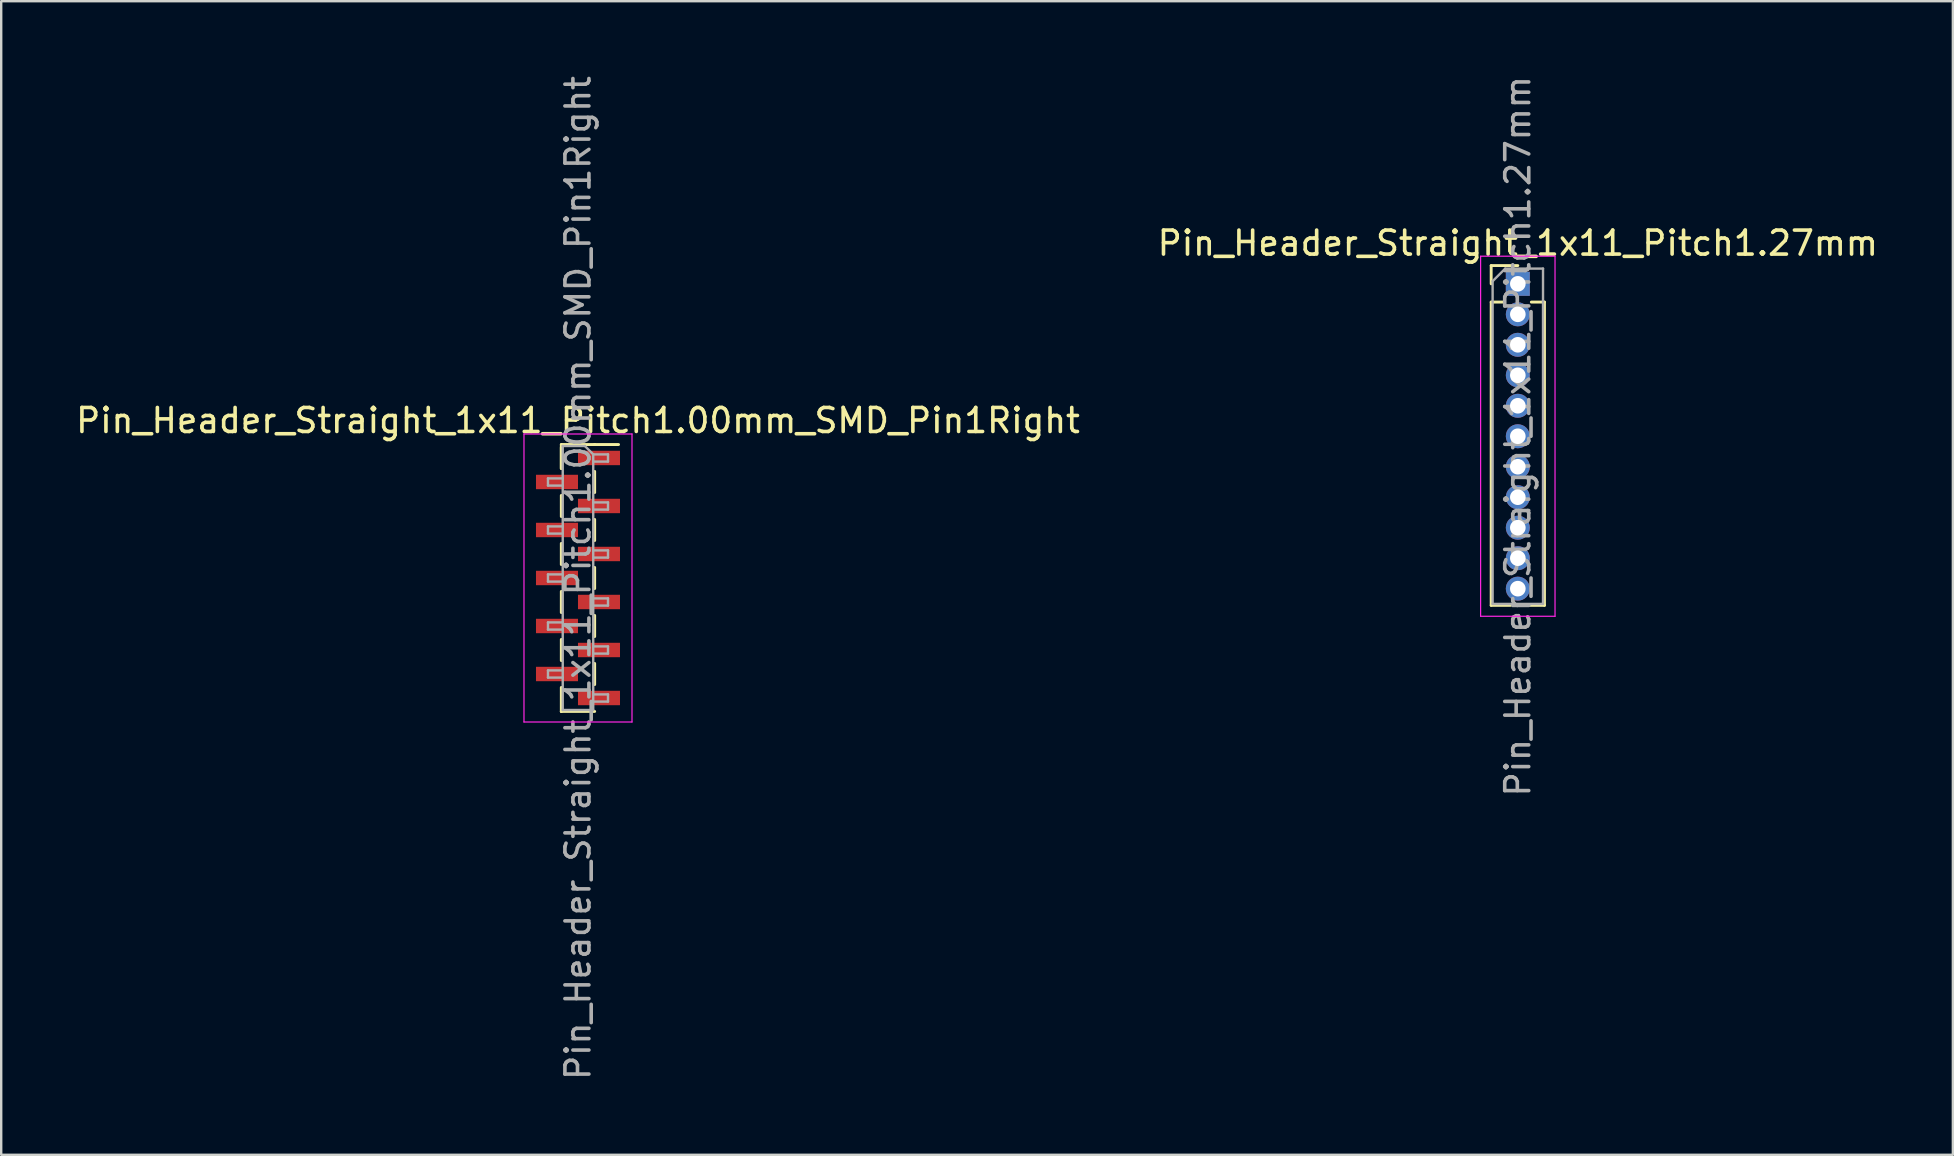
<source format=kicad_pcb>
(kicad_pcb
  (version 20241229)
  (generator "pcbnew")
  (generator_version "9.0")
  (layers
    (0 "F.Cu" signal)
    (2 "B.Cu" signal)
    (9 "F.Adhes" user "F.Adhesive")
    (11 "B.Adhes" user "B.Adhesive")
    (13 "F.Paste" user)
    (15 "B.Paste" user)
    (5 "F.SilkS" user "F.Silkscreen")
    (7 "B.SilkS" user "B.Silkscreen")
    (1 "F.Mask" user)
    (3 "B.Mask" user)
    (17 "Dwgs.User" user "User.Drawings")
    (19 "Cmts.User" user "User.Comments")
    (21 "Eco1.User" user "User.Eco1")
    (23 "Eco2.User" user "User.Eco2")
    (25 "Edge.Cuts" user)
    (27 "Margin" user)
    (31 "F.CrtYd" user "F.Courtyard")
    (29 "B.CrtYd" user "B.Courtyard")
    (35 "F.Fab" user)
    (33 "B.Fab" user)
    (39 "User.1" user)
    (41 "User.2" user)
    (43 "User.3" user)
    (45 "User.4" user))
  (footprint "Pin_Header_Straight_1x11_Pitch1.27mm"
    (layer "F.Cu")
    (at 60.185 8.775)
    (property "Reference" "Pin_Header_Straight_1x11_Pitch1.27mm" (at 0 -1.695 0) (layer "F.SilkS") (effects (font (size 1 1) (thickness 0.15))))
    (attr through_hole)
    (fp_line (start -1.11 -0.76) (end 0 -0.76) (stroke (width 0.12) (type solid)) (layer "F.SilkS"))
    (fp_line (start -1.11 0) (end -1.11 -0.76) (stroke (width 0.12) (type solid)) (layer "F.SilkS"))
    (fp_line (start -1.11 0.76) (end -1.11 13.395) (stroke (width 0.12) (type solid)) (layer "F.SilkS"))
    (fp_line (start -1.11 0.76) (end -0.563 0.76) (stroke (width 0.12) (type solid)) (layer "F.SilkS"))
    (fp_line (start -1.11 13.395) (end -0.308 13.395) (stroke (width 0.12) (type solid)) (layer "F.SilkS"))
    (fp_line (start 0.308 13.395) (end 1.11 13.395) (stroke (width 0.12) (type solid)) (layer "F.SilkS"))
    (fp_line (start 0.563 0.76) (end 1.11 0.76) (stroke (width 0.12) (type solid)) (layer "F.SilkS"))
    (fp_line (start 1.11 0.76) (end 1.11 13.395) (stroke (width 0.12) (type solid)) (layer "F.SilkS"))
    (fp_line (start -1.55 -1.15) (end -1.55 13.85) (stroke (width 0.05) (type solid)) (layer "F.CrtYd"))
    (fp_line (start -1.55 13.85) (end 1.55 13.85) (stroke (width 0.05) (type solid)) (layer "F.CrtYd"))
    (fp_line (start 1.55 -1.15) (end -1.55 -1.15) (stroke (width 0.05) (type solid)) (layer "F.CrtYd"))
    (fp_line (start 1.55 13.85) (end 1.55 -1.15) (stroke (width 0.05) (type solid)) (layer "F.CrtYd"))
    (fp_line (start -1.05 -0.11) (end -0.525 -0.635) (stroke (width 0.1) (type solid)) (layer "F.Fab"))
    (fp_line (start -1.05 13.335) (end -1.05 -0.11) (stroke (width 0.1) (type solid)) (layer "F.Fab"))
    (fp_line (start -0.525 -0.635) (end 1.05 -0.635) (stroke (width 0.1) (type solid)) (layer "F.Fab"))
    (fp_line (start 1.05 -0.635) (end 1.05 13.335) (stroke (width 0.1) (type solid)) (layer "F.Fab"))
    (fp_line (start 1.05 13.335) (end -1.05 13.335) (stroke (width 0.1) (type solid)) (layer "F.Fab"))
    (fp_text user "${REFERENCE}" (at 0 6.35 90) (layer "F.Fab") (effects (font (size 1 1) (thickness 0.15))))
    (pad "1" thru_hole rect (at 0 0) (size 1 1) (drill 0.65) (layers "*.Cu" "*.Mask"))
    (pad "2" thru_hole oval (at 0 1.27) (size 1 1) (drill 0.65) (layers "*.Cu" "*.Mask"))
    (pad "3" thru_hole oval (at 0 2.54) (size 1 1) (drill 0.65) (layers "*.Cu" "*.Mask"))
    (pad "4" thru_hole oval (at 0 3.81) (size 1 1) (drill 0.65) (layers "*.Cu" "*.Mask"))
    (pad "5" thru_hole oval (at 0 5.08) (size 1 1) (drill 0.65) (layers "*.Cu" "*.Mask"))
    (pad "6" thru_hole oval (at 0 6.35) (size 1 1) (drill 0.65) (layers "*.Cu" "*.Mask"))
    (pad "7" thru_hole oval (at 0 7.62) (size 1 1) (drill 0.65) (layers "*.Cu" "*.Mask"))
    (pad "8" thru_hole oval (at 0 8.89) (size 1 1) (drill 0.65) (layers "*.Cu" "*.Mask"))
    (pad "9" thru_hole oval (at 0 10.16) (size 1 1) (drill 0.65) (layers "*.Cu" "*.Mask"))
    (pad "10" thru_hole oval (at 0 11.43) (size 1 1) (drill 0.65) (layers "*.Cu" "*.Mask"))
    (pad "11" thru_hole oval (at 0 12.7) (size 1 1) (drill 0.65) (layers "*.Cu" "*.Mask")))
  (footprint "Pin_Header_Straight_1x11_Pitch1.00mm_SMD_Pin1Right"
    (layer "F.Cu")
    (at 21.03 21.03)
    (property "Reference" "Pin_Header_Straight_1x11_Pitch1.00mm_SMD_Pin1Right" (at 0 -6.56 0) (layer "F.SilkS") (effects (font (size 1 1) (thickness 0.15))))
    (attr smd)
    (fp_line (start -0.695 -5.56) (end -0.695 -4.56) (stroke (width 0.12) (type solid)) (layer "F.SilkS"))
    (fp_line (start -0.695 -5.56) (end 0.695 -5.56) (stroke (width 0.12) (type solid)) (layer "F.SilkS"))
    (fp_line (start -0.695 -5.44) (end -0.695 -4.56) (stroke (width 0.12) (type solid)) (layer "F.SilkS"))
    (fp_line (start -0.695 -3.44) (end -0.695 -2.56) (stroke (width 0.12) (type solid)) (layer "F.SilkS"))
    (fp_line (start -0.695 -1.44) (end -0.695 -0.56) (stroke (width 0.12) (type solid)) (layer "F.SilkS"))
    (fp_line (start -0.695 0.56) (end -0.695 1.44) (stroke (width 0.12) (type solid)) (layer "F.SilkS"))
    (fp_line (start -0.695 2.56) (end -0.695 3.44) (stroke (width 0.12) (type solid)) (layer "F.SilkS"))
    (fp_line (start -0.695 4.56) (end -0.695 5.56) (stroke (width 0.12) (type solid)) (layer "F.SilkS"))
    (fp_line (start -0.695 5.56) (end -0.695 5.56) (stroke (width 0.12) (type solid)) (layer "F.SilkS"))
    (fp_line (start -0.695 5.56) (end 0.695 5.56) (stroke (width 0.12) (type solid)) (layer "F.SilkS"))
    (fp_line (start 0.695 -5.56) (end 0.695 -5.56) (stroke (width 0.12) (type solid)) (layer "F.SilkS"))
    (fp_line (start 0.695 -5.56) (end 1.69 -5.56) (stroke (width 0.12) (type solid)) (layer "F.SilkS"))
    (fp_line (start 0.695 -4.44) (end 0.695 -3.56) (stroke (width 0.12) (type solid)) (layer "F.SilkS"))
    (fp_line (start 0.695 -2.44) (end 0.695 -1.56) (stroke (width 0.12) (type solid)) (layer "F.SilkS"))
    (fp_line (start 0.695 -0.44) (end 0.695 0.44) (stroke (width 0.12) (type solid)) (layer "F.SilkS"))
    (fp_line (start 0.695 1.56) (end 0.695 2.44) (stroke (width 0.12) (type solid)) (layer "F.SilkS"))
    (fp_line (start 0.695 3.56) (end 0.695 4.44) (stroke (width 0.12) (type solid)) (layer "F.SilkS"))
    (fp_line (start -2.25 -6) (end -2.25 6) (stroke (width 0.05) (type solid)) (layer "F.CrtYd"))
    (fp_line (start -2.25 6) (end 2.25 6) (stroke (width 0.05) (type solid)) (layer "F.CrtYd"))
    (fp_line (start 2.25 -6) (end -2.25 -6) (stroke (width 0.05) (type solid)) (layer "F.CrtYd"))
    (fp_line (start 2.25 6) (end 2.25 -6) (stroke (width 0.05) (type solid)) (layer "F.CrtYd"))
    (fp_line (start -1.25 -4.15) (end -1.25 -3.85) (stroke (width 0.1) (type solid)) (layer "F.Fab"))
    (fp_line (start -1.25 -3.85) (end -0.635 -3.85) (stroke (width 0.1) (type solid)) (layer "F.Fab"))
    (fp_line (start -1.25 -2.15) (end -1.25 -1.85) (stroke (width 0.1) (type solid)) (layer "F.Fab"))
    (fp_line (start -1.25 -1.85) (end -0.635 -1.85) (stroke (width 0.1) (type solid)) (layer "F.Fab"))
    (fp_line (start -1.25 -0.15) (end -1.25 0.15) (stroke (width 0.1) (type solid)) (layer "F.Fab"))
    (fp_line (start -1.25 0.15) (end -0.635 0.15) (stroke (width 0.1) (type solid)) (layer "F.Fab"))
    (fp_line (start -1.25 1.85) (end -1.25 2.15) (stroke (width 0.1) (type solid)) (layer "F.Fab"))
    (fp_line (start -1.25 2.15) (end -0.635 2.15) (stroke (width 0.1) (type solid)) (layer "F.Fab"))
    (fp_line (start -1.25 3.85) (end -1.25 4.15) (stroke (width 0.1) (type solid)) (layer "F.Fab"))
    (fp_line (start -1.25 4.15) (end -0.635 4.15) (stroke (width 0.1) (type solid)) (layer "F.Fab"))
    (fp_line (start -0.635 -5.5) (end -0.635 5.5) (stroke (width 0.1) (type solid)) (layer "F.Fab"))
    (fp_line (start -0.635 -5.5) (end 0.285 -5.5) (stroke (width 0.1) (type solid)) (layer "F.Fab"))
    (fp_line (start -0.635 -4.15) (end -1.25 -4.15) (stroke (width 0.1) (type solid)) (layer "F.Fab"))
    (fp_line (start -0.635 -2.15) (end -1.25 -2.15) (stroke (width 0.1) (type solid)) (layer "F.Fab"))
    (fp_line (start -0.635 -0.15) (end -1.25 -0.15) (stroke (width 0.1) (type solid)) (layer "F.Fab"))
    (fp_line (start -0.635 1.85) (end -1.25 1.85) (stroke (width 0.1) (type solid)) (layer "F.Fab"))
    (fp_line (start -0.635 3.85) (end -1.25 3.85) (stroke (width 0.1) (type solid)) (layer "F.Fab"))
    (fp_line (start 0.635 -5.15) (end 0.285 -5.5) (stroke (width 0.1) (type solid)) (layer "F.Fab"))
    (fp_line (start 0.635 -5.15) (end 1.25 -5.15) (stroke (width 0.1) (type solid)) (layer "F.Fab"))
    (fp_line (start 0.635 -3.15) (end 1.25 -3.15) (stroke (width 0.1) (type solid)) (layer "F.Fab"))
    (fp_line (start 0.635 -1.15) (end 1.25 -1.15) (stroke (width 0.1) (type solid)) (layer "F.Fab"))
    (fp_line (start 0.635 0.85) (end 1.25 0.85) (stroke (width 0.1) (type solid)) (layer "F.Fab"))
    (fp_line (start 0.635 2.85) (end 1.25 2.85) (stroke (width 0.1) (type solid)) (layer "F.Fab"))
    (fp_line (start 0.635 4.85) (end 1.25 4.85) (stroke (width 0.1) (type solid)) (layer "F.Fab"))
    (fp_line (start 0.635 5.5) (end -0.635 5.5) (stroke (width 0.1) (type solid)) (layer "F.Fab"))
    (fp_line (start 0.635 5.5) (end 0.635 -5.15) (stroke (width 0.1) (type solid)) (layer "F.Fab"))
    (fp_line (start 1.25 -5.15) (end 1.25 -4.85) (stroke (width 0.1) (type solid)) (layer "F.Fab"))
    (fp_line (start 1.25 -4.85) (end 0.635 -4.85) (stroke (width 0.1) (type solid)) (layer "F.Fab"))
    (fp_line (start 1.25 -3.15) (end 1.25 -2.85) (stroke (width 0.1) (type solid)) (layer "F.Fab"))
    (fp_line (start 1.25 -2.85) (end 0.635 -2.85) (stroke (width 0.1) (type solid)) (layer "F.Fab"))
    (fp_line (start 1.25 -1.15) (end 1.25 -0.85) (stroke (width 0.1) (type solid)) (layer "F.Fab"))
    (fp_line (start 1.25 -0.85) (end 0.635 -0.85) (stroke (width 0.1) (type solid)) (layer "F.Fab"))
    (fp_line (start 1.25 0.85) (end 1.25 1.15) (stroke (width 0.1) (type solid)) (layer "F.Fab"))
    (fp_line (start 1.25 1.15) (end 0.635 1.15) (stroke (width 0.1) (type solid)) (layer "F.Fab"))
    (fp_line (start 1.25 2.85) (end 1.25 3.15) (stroke (width 0.1) (type solid)) (layer "F.Fab"))
    (fp_line (start 1.25 3.15) (end 0.635 3.15) (stroke (width 0.1) (type solid)) (layer "F.Fab"))
    (fp_line (start 1.25 4.85) (end 1.25 5.15) (stroke (width 0.1) (type solid)) (layer "F.Fab"))
    (fp_line (start 1.25 5.15) (end 0.635 5.15) (stroke (width 0.1) (type solid)) (layer "F.Fab"))
    (fp_text user "${REFERENCE}" (at 0 0 90) (layer "F.Fab") (effects (font (size 1 1) (thickness 0.15))))
    (pad "1" smd rect (at 0.875 -5) (size 1.75 0.6) (layers "F.Cu" "F.Mask" "F.Paste"))
    (pad "2" smd rect (at -0.875 -4) (size 1.75 0.6) (layers "F.Cu" "F.Mask" "F.Paste"))
    (pad "3" smd rect (at 0.875 -3) (size 1.75 0.6) (layers "F.Cu" "F.Mask" "F.Paste"))
    (pad "4" smd rect (at -0.875 -2) (size 1.75 0.6) (layers "F.Cu" "F.Mask" "F.Paste"))
    (pad "5" smd rect (at 0.875 -1) (size 1.75 0.6) (layers "F.Cu" "F.Mask" "F.Paste"))
    (pad "6" smd rect (at -0.875 0) (size 1.75 0.6) (layers "F.Cu" "F.Mask" "F.Paste"))
    (pad "7" smd rect (at 0.875 1) (size 1.75 0.6) (layers "F.Cu" "F.Mask" "F.Paste"))
    (pad "8" smd rect (at -0.875 2) (size 1.75 0.6) (layers "F.Cu" "F.Mask" "F.Paste"))
    (pad "9" smd rect (at 0.875 3) (size 1.75 0.6) (layers "F.Cu" "F.Mask" "F.Paste"))
    (pad "10" smd rect (at -0.875 4) (size 1.75 0.6) (layers "F.Cu" "F.Mask" "F.Paste"))
    (pad "11" smd rect (at 0.875 5) (size 1.75 0.6) (layers "F.Cu" "F.Mask" "F.Paste")))
  (gr_rect
    (start -3 -3)
    (end 78.31 45.06)
    (stroke (width 0.1) (type default))
    (fill no)
    (layer "Edge.Cuts")))
</source>
